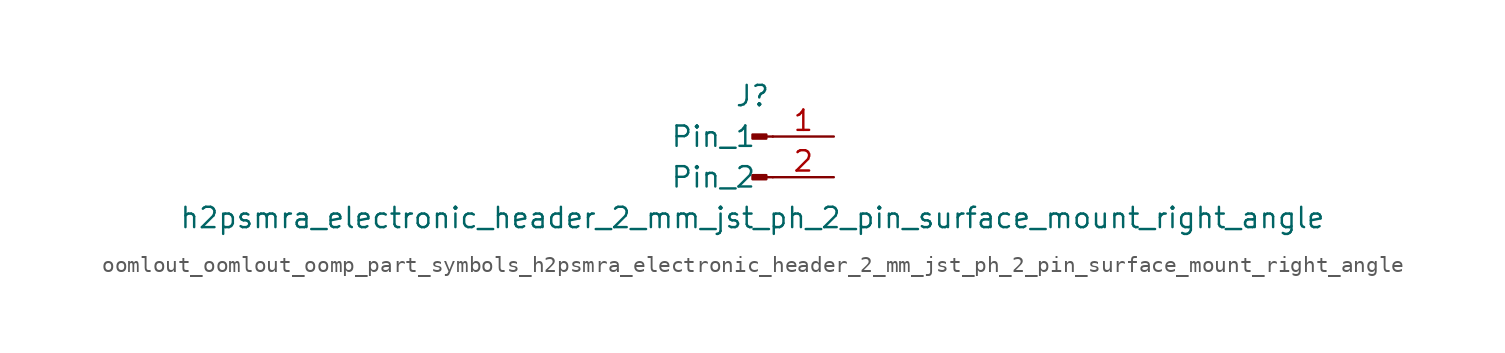
<source format=kicad_sym>
(kicad_symbol_lib
  (version 20220914)
  (generator kicad_symbol_editor)
  (symbol "oomlout_oomlout_oomp_part_symbols_h2psmra_electronic_header_2_mm_jst_ph_2_pin_surface_mount_right_angle"
    (pin_names
      (offset 1.016))
    (property "Reference" "J"
      (at 0 2.54 0)
      (effects (font (size 1.27 1.27))))
    (property "Value" "h2psmra_electronic_header_2_mm_jst_ph_2_pin_surface_mount_right_angle"
      (at 0 -5.08 0)
      (effects (font (size 1.27 1.27))))
    (property "ki_locked" ""
      (at 0 0 0)
      (effects (font (size 1.27 1.27))))
    (symbol "oomlout_oomlout_oomp_part_symbols_h2psmra_electronic_header_2_mm_jst_ph_2_pin_surface_mount_right_angle_1_1"
      (polyline (pts (xy 1.27 -2.54) (xy 0.864 -2.54)) (stroke (width 0.152) (type default)) (fill (type none)))
      (polyline (pts (xy 1.27 0) (xy 0.864 0)) (stroke (width 0.152) (type default)) (fill (type none)))
      (rectangle (start 0.864 -2.413) (end 0 -2.667) (stroke (width 0.152) (type default)) (fill (type outline)))
      (rectangle (start 0.864 0.127) (end 0 -0.127) (stroke (width 0.152) (type default)) (fill (type outline)))
      (pin passive line (at 5.08 0 180) (length 3.81) (name "Pin_1" (effects (font (size 1.27 1.27)))) (number "1" (effects (font (size 1.27 1.27)))))
      (pin passive line (at 5.08 -2.54 180) (length 3.81) (name "Pin_2" (effects (font (size 1.27 1.27)))) (number "2" (effects (font (size 1.27 1.27))))))))
</source>
